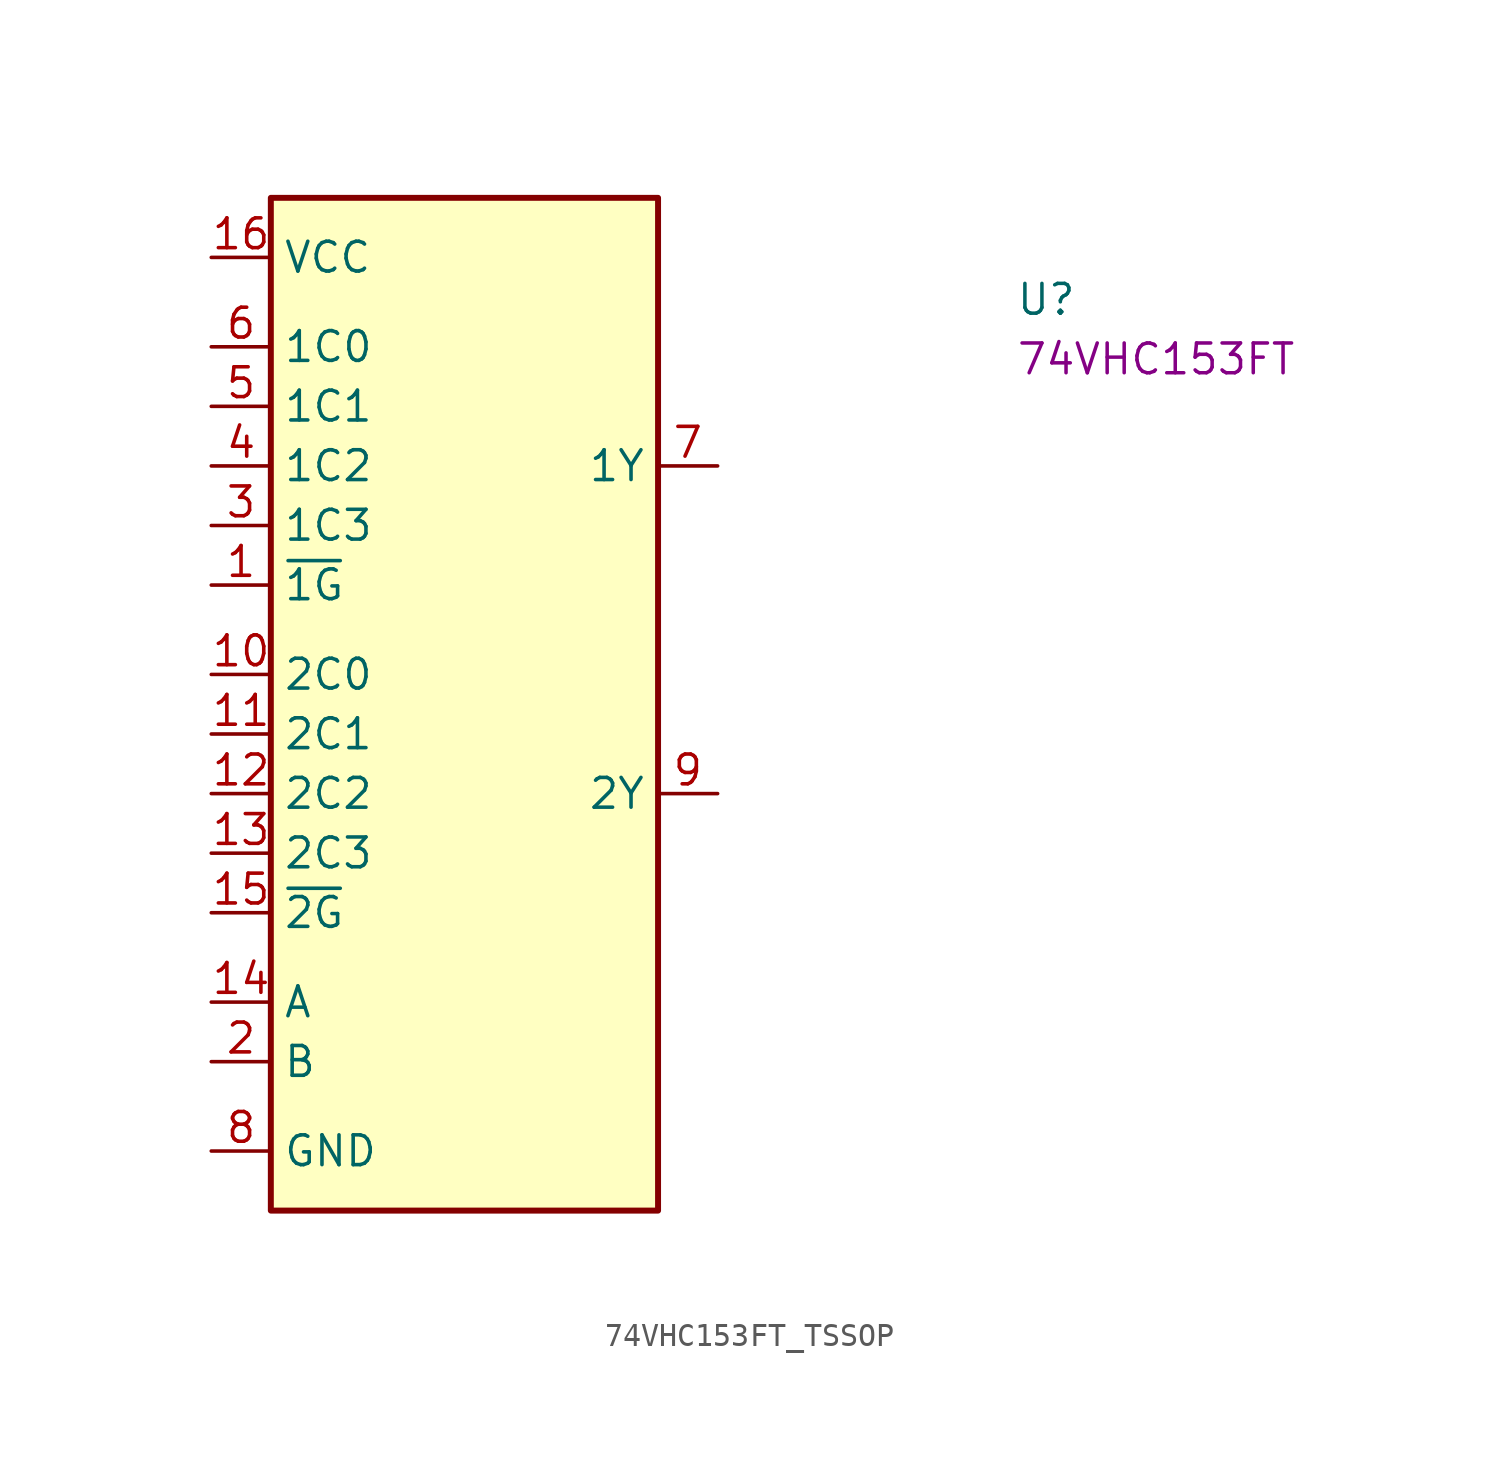
<source format=kicad_sym>
(kicad_symbol_lib
  (version 20220914)
  (generator kicad_symbol_editor)
  (symbol "74VHC153FT_TSSOP"
    (property "Reference" "U"
      (at 34.29 -2.54 0)
      (effects (font (size 1.27 1.27) (thickness 0.15)) (justify left bottom)))
    (property "MPN" "74VHC153FT"
      (at 34.29 -5.08 0)
      (effects (font (size 1.27 1.27) (thickness 0.15)) (justify left bottom)))
    (symbol "74VHC153FT_TSSOP_1_1"
      (rectangle (start 2.54 2.54) (end 19.05 -40.64) (stroke (width 0.254) (type default)) (fill (type background)))
      (pin input line (at 0 -13.97 0) (length 2.54) (name "~{1G}" (effects (font (size 1.27 1.27)))) (number "1" (effects (font (size 1.27 1.27)))))
      (pin input line (at 0 -17.78 0) (length 2.54) (name "2C0" (effects (font (size 1.27 1.27)))) (number "10" (effects (font (size 1.27 1.27)))))
      (pin input line (at 0 -20.32 0) (length 2.54) (name "2C1" (effects (font (size 1.27 1.27)))) (number "11" (effects (font (size 1.27 1.27)))))
      (pin input line (at 0 -22.86 0) (length 2.54) (name "2C2" (effects (font (size 1.27 1.27)))) (number "12" (effects (font (size 1.27 1.27)))))
      (pin input line (at 0 -25.4 0) (length 2.54) (name "2C3" (effects (font (size 1.27 1.27)))) (number "13" (effects (font (size 1.27 1.27)))))
      (pin input line (at 0 -31.75 0) (length 2.54) (name "A" (effects (font (size 1.27 1.27)))) (number "14" (effects (font (size 1.27 1.27)))))
      (pin input line (at 0 -27.94 0) (length 2.54) (name "~{2G}" (effects (font (size 1.27 1.27)))) (number "15" (effects (font (size 1.27 1.27)))))
      (pin power_in line (at 0 0 0) (length 2.54) (name "VCC" (effects (font (size 1.27 1.27)))) (number "16" (effects (font (size 1.27 1.27)))))
      (pin input line (at 0 -34.29 0) (length 2.54) (name "B" (effects (font (size 1.27 1.27)))) (number "2" (effects (font (size 1.27 1.27)))))
      (pin input line (at 0 -11.43 0) (length 2.54) (name "1C3" (effects (font (size 1.27 1.27)))) (number "3" (effects (font (size 1.27 1.27)))))
      (pin input line (at 0 -8.89 0) (length 2.54) (name "1C2" (effects (font (size 1.27 1.27)))) (number "4" (effects (font (size 1.27 1.27)))))
      (pin input line (at 0 -6.35 0) (length 2.54) (name "1C1" (effects (font (size 1.27 1.27)))) (number "5" (effects (font (size 1.27 1.27)))))
      (pin input line (at 0 -3.81 0) (length 2.54) (name "1C0" (effects (font (size 1.27 1.27)))) (number "6" (effects (font (size 1.27 1.27)))))
      (pin output line (at 21.59 -8.89 180) (length 2.54) (name "1Y" (effects (font (size 1.27 1.27)))) (number "7" (effects (font (size 1.27 1.27)))))
      (pin power_in line (at 0 -38.1 0) (length 2.54) (name "GND" (effects (font (size 1.27 1.27)))) (number "8" (effects (font (size 1.27 1.27)))))
      (pin output line (at 21.59 -22.86 180) (length 2.54) (name "2Y" (effects (font (size 1.27 1.27)))) (number "9" (effects (font (size 1.27 1.27))))))))
</source>
